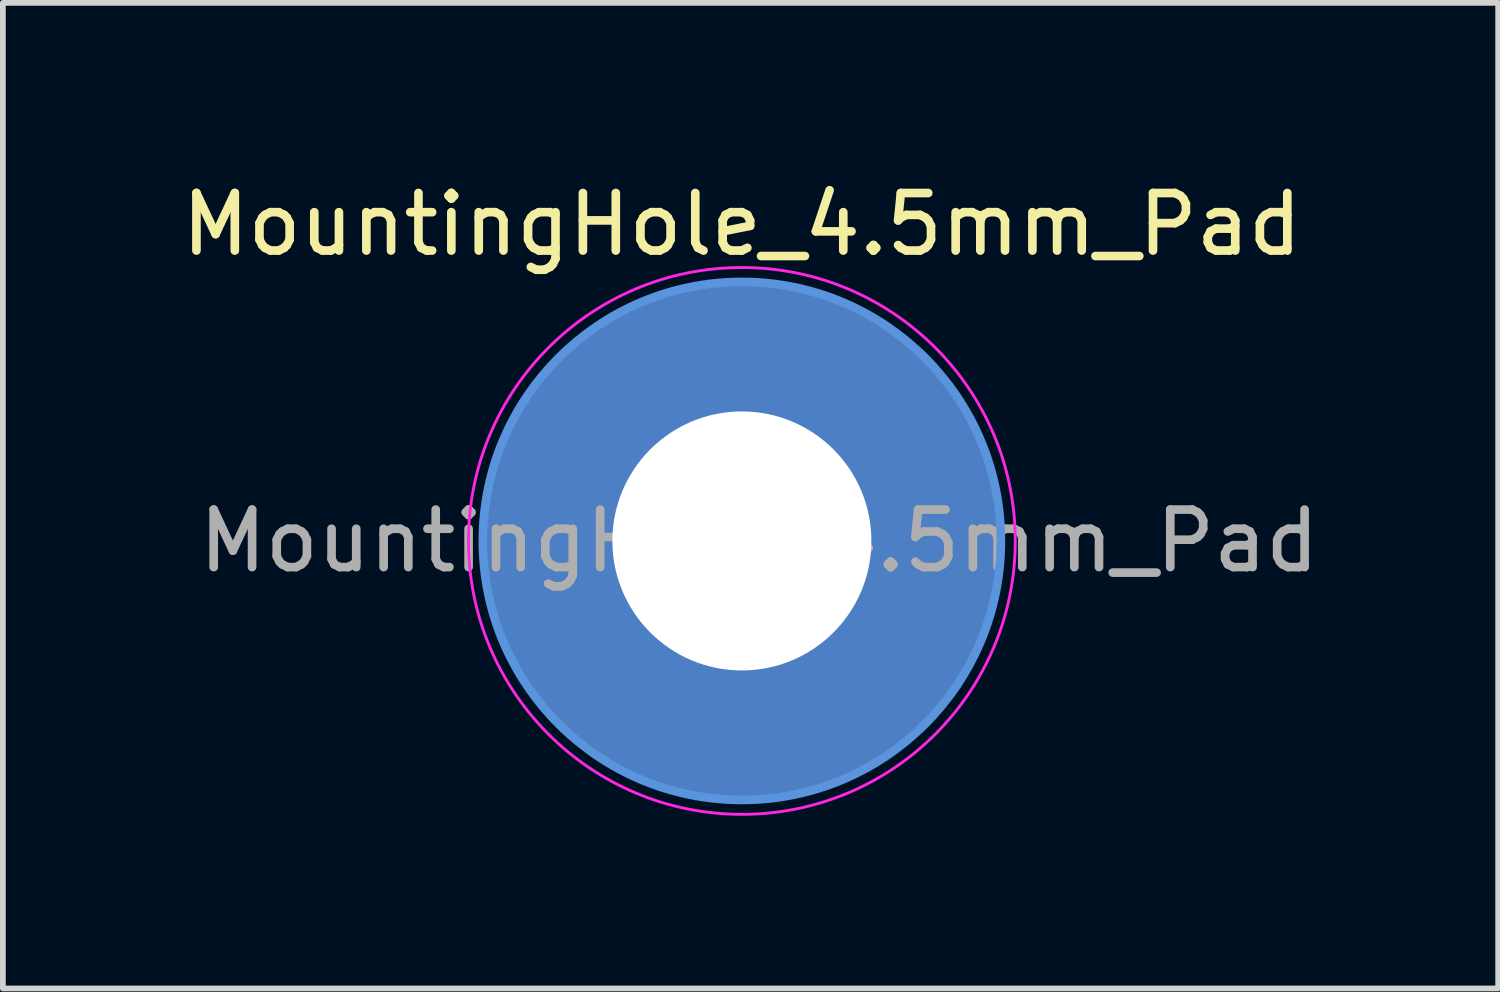
<source format=kicad_pcb>
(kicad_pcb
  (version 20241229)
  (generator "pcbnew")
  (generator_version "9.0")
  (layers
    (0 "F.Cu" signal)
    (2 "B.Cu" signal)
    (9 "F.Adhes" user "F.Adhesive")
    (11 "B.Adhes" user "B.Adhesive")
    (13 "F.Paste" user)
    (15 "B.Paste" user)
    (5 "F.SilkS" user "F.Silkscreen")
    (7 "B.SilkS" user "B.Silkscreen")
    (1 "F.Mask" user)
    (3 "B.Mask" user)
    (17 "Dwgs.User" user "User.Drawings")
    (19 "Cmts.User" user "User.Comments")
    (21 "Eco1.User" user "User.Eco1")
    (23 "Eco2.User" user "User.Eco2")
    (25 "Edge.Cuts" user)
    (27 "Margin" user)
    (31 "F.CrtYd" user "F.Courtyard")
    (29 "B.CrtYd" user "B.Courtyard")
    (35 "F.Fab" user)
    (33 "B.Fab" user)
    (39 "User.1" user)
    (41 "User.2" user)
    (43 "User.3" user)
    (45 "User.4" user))
  (footprint "MountingHole_4.5mm_Pad"
    (layer "F.Cu")
    (at 9.839 6.348)
    (property "Reference" "MountingHole_4.5mm_Pad" (at 0 -5.5 0) (layer "F.SilkS") (effects (font (size 1 1) (thickness 0.15))))
    (attr exclude_from_pos_files exclude_from_bom)
    (fp_circle (center 0 0) (end 4.5 0) (stroke (width 0.15) (type solid)) (fill no) (layer "Cmts.User"))
    (fp_circle (center 0 0) (end 4.75 0) (stroke (width 0.05) (type solid)) (fill no) (layer "F.CrtYd"))
    (fp_text user "${REFERENCE}" (at 0.3 0 0) (layer "F.Fab") (effects (font (size 1 1) (thickness 0.15))))
    (pad "1" thru_hole circle (at 0 0) (size 9 9) (drill 4.5) (layers "*.Cu" "*.Mask")))
  (gr_rect
    (start -3 -3)
    (end 22.979 14.123)
    (stroke (width 0.1) (type default))
    (fill no)
    (layer "Edge.Cuts")))
</source>
